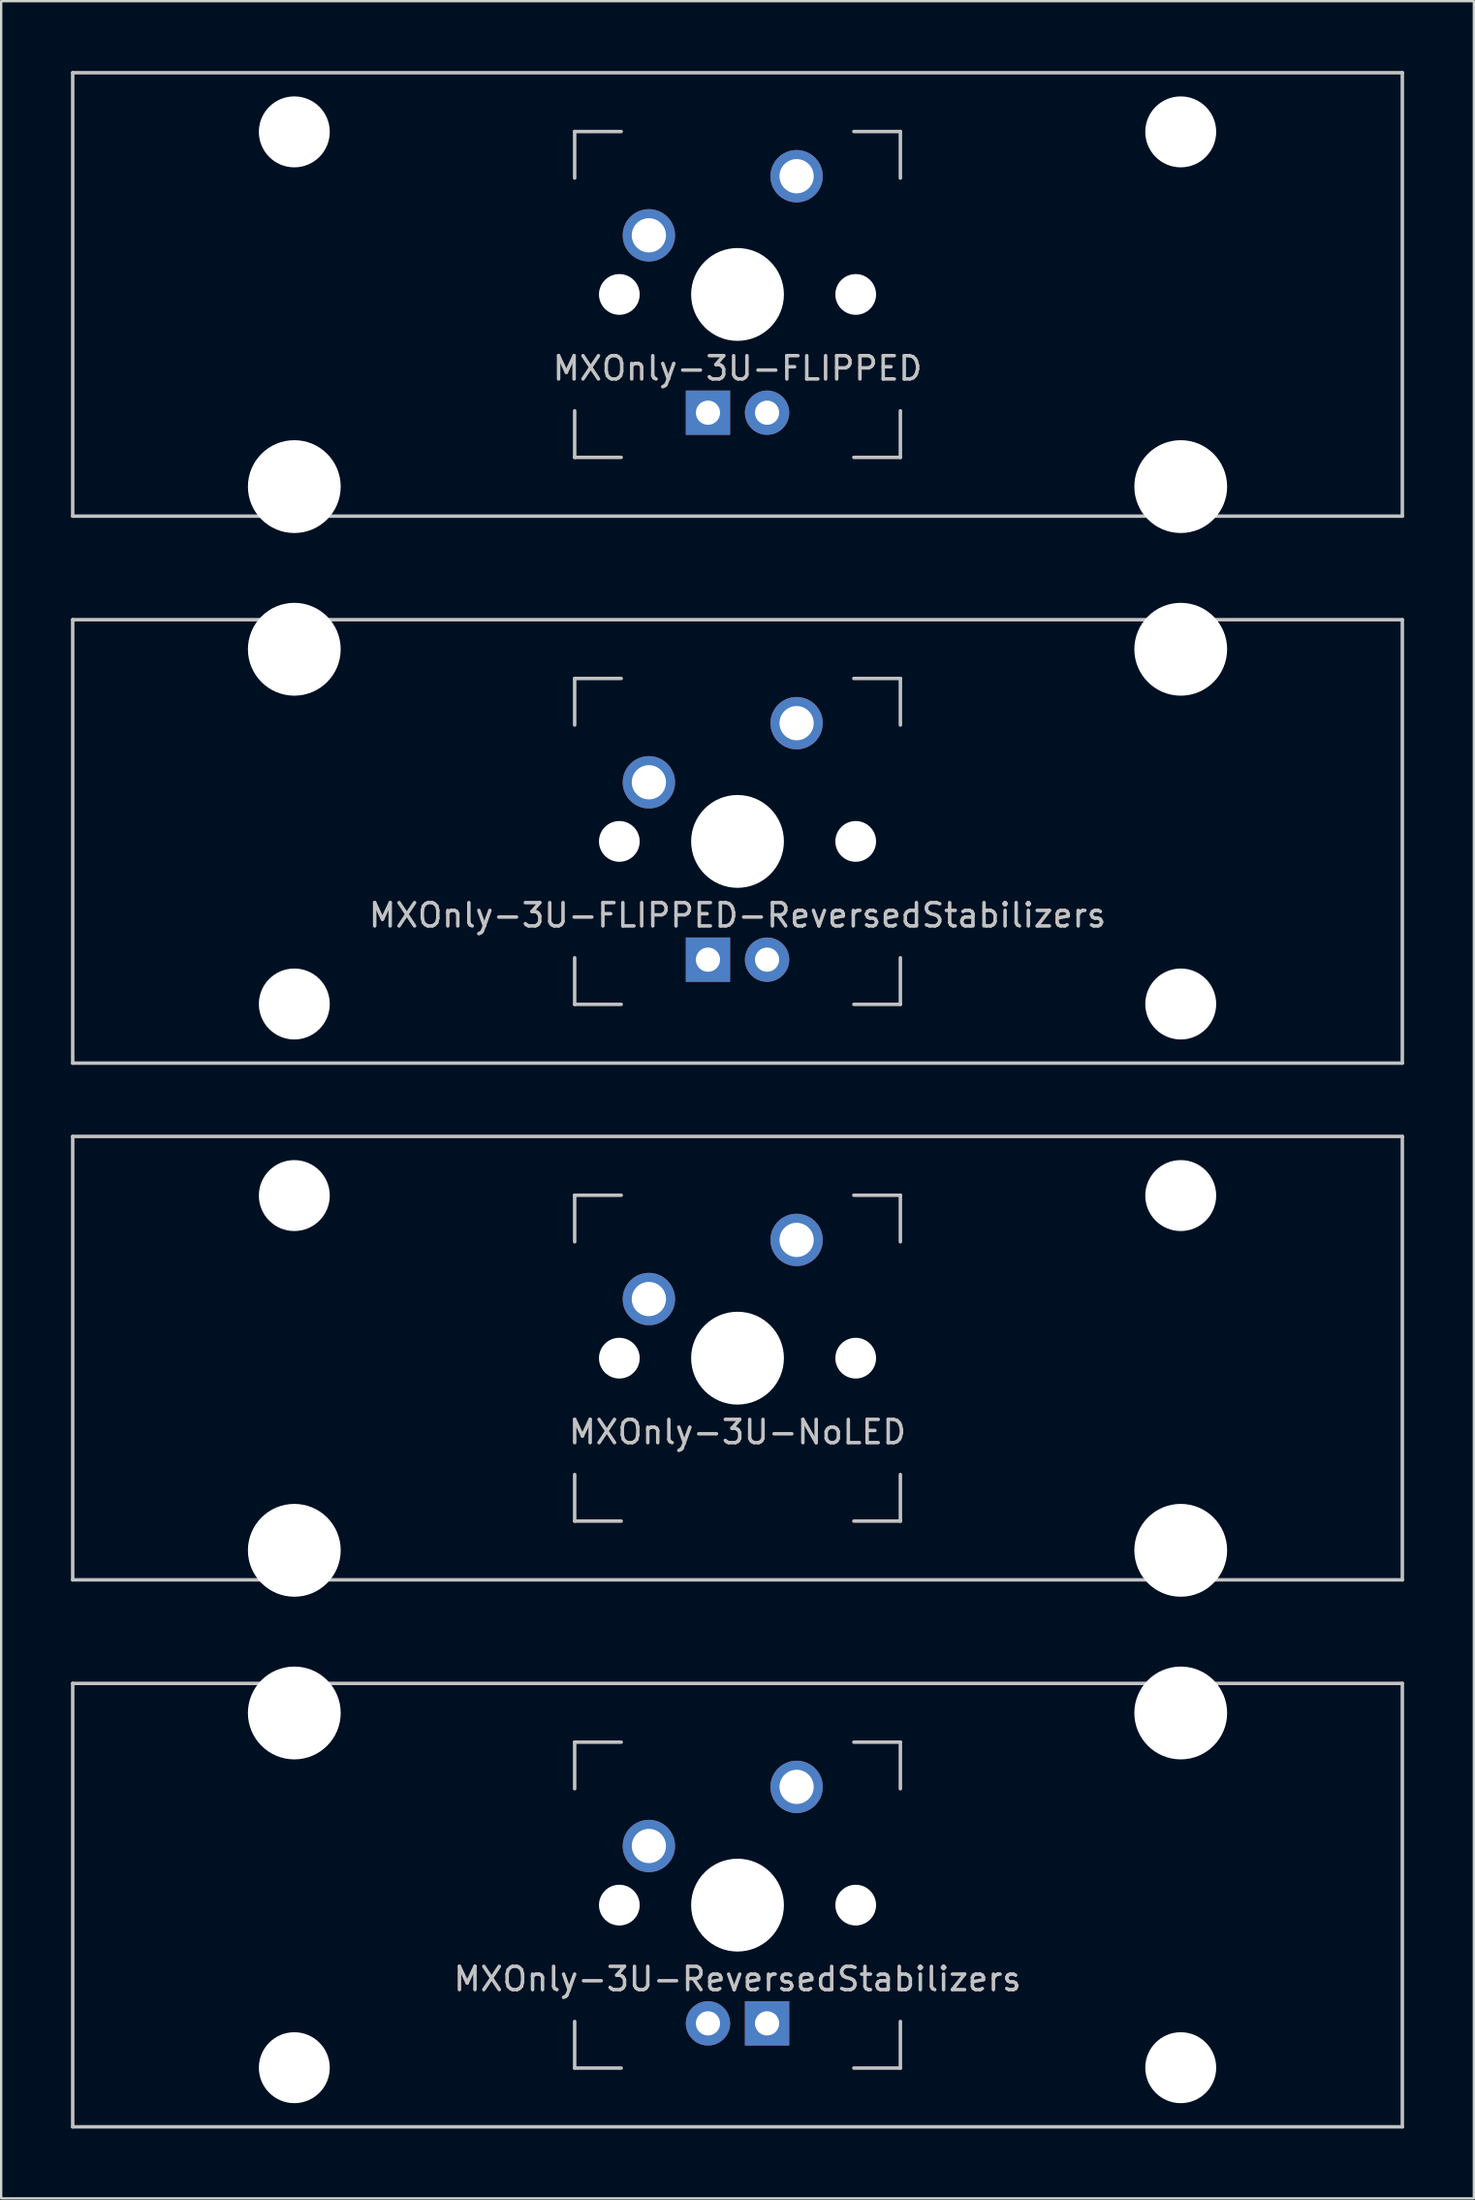
<source format=kicad_pcb>
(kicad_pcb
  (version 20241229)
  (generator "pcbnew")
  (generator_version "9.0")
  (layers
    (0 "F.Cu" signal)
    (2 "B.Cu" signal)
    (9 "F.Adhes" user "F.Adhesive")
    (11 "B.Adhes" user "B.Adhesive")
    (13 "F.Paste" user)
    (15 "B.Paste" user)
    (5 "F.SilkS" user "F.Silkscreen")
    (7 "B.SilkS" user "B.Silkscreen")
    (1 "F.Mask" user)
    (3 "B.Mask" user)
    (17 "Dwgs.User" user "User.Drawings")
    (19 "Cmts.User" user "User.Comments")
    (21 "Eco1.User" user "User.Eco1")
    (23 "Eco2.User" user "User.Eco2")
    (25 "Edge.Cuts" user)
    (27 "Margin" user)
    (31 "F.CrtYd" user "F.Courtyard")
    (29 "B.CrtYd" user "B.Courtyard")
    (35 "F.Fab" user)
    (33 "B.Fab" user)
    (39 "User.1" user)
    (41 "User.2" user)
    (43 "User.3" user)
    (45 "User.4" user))
  (footprint "MXOnly-3U-FLIPPED"
    (layer "F.Cu")
    (at 28.65 9.6)
    (property "Reference" "MXOnly-3U-FLIPPED" (at 0 3.175 0) (layer "Dwgs.User") (effects (font (size 1 1) (thickness 0.15))))
    (attr through_hole)
    (fp_line (start -28.575 -9.525) (end 28.575 -9.525) (stroke (width 0.15) (type solid)) (layer "Dwgs.User"))
    (fp_line (start -28.575 9.525) (end -28.575 -9.525) (stroke (width 0.15) (type solid)) (layer "Dwgs.User"))
    (fp_line (start -28.575 9.525) (end 28.575 9.525) (stroke (width 0.15) (type solid)) (layer "Dwgs.User"))
    (fp_line (start -7 -7) (end -7 -5) (stroke (width 0.15) (type solid)) (layer "Dwgs.User"))
    (fp_line (start -7 5) (end -7 7) (stroke (width 0.15) (type solid)) (layer "Dwgs.User"))
    (fp_line (start -7 7) (end -5 7) (stroke (width 0.15) (type solid)) (layer "Dwgs.User"))
    (fp_line (start -5 -7) (end -7 -7) (stroke (width 0.15) (type solid)) (layer "Dwgs.User"))
    (fp_line (start 5 -7) (end 7 -7) (stroke (width 0.15) (type solid)) (layer "Dwgs.User"))
    (fp_line (start 5 7) (end 7 7) (stroke (width 0.15) (type solid)) (layer "Dwgs.User"))
    (fp_line (start 7 -7) (end 7 -5) (stroke (width 0.15) (type solid)) (layer "Dwgs.User"))
    (fp_line (start 7 7) (end 7 5) (stroke (width 0.15) (type solid)) (layer "Dwgs.User"))
    (fp_line (start 28.575 -9.525) (end 28.575 9.525) (stroke (width 0.15) (type solid)) (layer "Dwgs.User"))
    (pad "" np_thru_hole circle (at -19.05 -6.985) (size 3.048 3.048) (drill 3.048) (layers "*.Cu" "*.Mask"))
    (pad "" np_thru_hole circle (at -19.05 8.255) (size 3.988 3.988) (drill 3.988) (layers "*.Cu" "*.Mask"))
    (pad "" np_thru_hole circle (at -5.08 0 48.1) (size 1.75 1.75) (drill 1.75) (layers "*.Cu" "*.Mask"))
    (pad "" np_thru_hole circle (at 0 0) (size 3.988 3.988) (drill 3.988) (layers "*.Cu" "*.Mask"))
    (pad "" np_thru_hole circle (at 5.08 0 48.1) (size 1.75 1.75) (drill 1.75) (layers "*.Cu" "*.Mask"))
    (pad "" np_thru_hole circle (at 19.05 -6.985) (size 3.048 3.048) (drill 3.048) (layers "*.Cu" "*.Mask"))
    (pad "" np_thru_hole circle (at 19.05 8.255) (size 3.988 3.988) (drill 3.988) (layers "*.Cu" "*.Mask"))
    (pad "1" thru_hole circle (at -3.81 -2.54 48.1) (size 2.25 2.25) (drill 1.47) (layers "*.Cu" "*.Mask"))
    (pad "2" thru_hole circle (at 2.54 -5.08) (size 2.25 2.25) (drill 1.47) (layers "*.Cu" "*.Mask"))
    (pad "3" thru_hole circle (at 1.27 5.08) (size 1.905 1.905) (drill 1.04) (layers "*.Cu" "*.Mask"))
    (pad "4" thru_hole rect (at -1.27 5.08) (size 1.905 1.905) (drill 1.04) (layers "*.Cu" "*.Mask")))
  (footprint "MXOnly-3U-NoLED"
    (layer "F.Cu")
    (at 28.65 55.298)
    (property "Reference" "MXOnly-3U-NoLED" (at 0 3.175 0) (layer "Dwgs.User") (effects (font (size 1 1) (thickness 0.15))))
    (attr through_hole)
    (fp_line (start -28.575 -9.525) (end 28.575 -9.525) (stroke (width 0.15) (type solid)) (layer "Dwgs.User"))
    (fp_line (start -28.575 9.525) (end -28.575 -9.525) (stroke (width 0.15) (type solid)) (layer "Dwgs.User"))
    (fp_line (start -28.575 9.525) (end 28.575 9.525) (stroke (width 0.15) (type solid)) (layer "Dwgs.User"))
    (fp_line (start -7 -7) (end -7 -5) (stroke (width 0.15) (type solid)) (layer "Dwgs.User"))
    (fp_line (start -7 5) (end -7 7) (stroke (width 0.15) (type solid)) (layer "Dwgs.User"))
    (fp_line (start -7 7) (end -5 7) (stroke (width 0.15) (type solid)) (layer "Dwgs.User"))
    (fp_line (start -5 -7) (end -7 -7) (stroke (width 0.15) (type solid)) (layer "Dwgs.User"))
    (fp_line (start 5 -7) (end 7 -7) (stroke (width 0.15) (type solid)) (layer "Dwgs.User"))
    (fp_line (start 5 7) (end 7 7) (stroke (width 0.15) (type solid)) (layer "Dwgs.User"))
    (fp_line (start 7 -7) (end 7 -5) (stroke (width 0.15) (type solid)) (layer "Dwgs.User"))
    (fp_line (start 7 7) (end 7 5) (stroke (width 0.15) (type solid)) (layer "Dwgs.User"))
    (fp_line (start 28.575 -9.525) (end 28.575 9.525) (stroke (width 0.15) (type solid)) (layer "Dwgs.User"))
    (pad "" np_thru_hole circle (at -19.05 -6.985) (size 3.048 3.048) (drill 3.048) (layers "*.Cu" "*.Mask"))
    (pad "" np_thru_hole circle (at -19.05 8.255) (size 3.988 3.988) (drill 3.988) (layers "*.Cu" "*.Mask"))
    (pad "" np_thru_hole circle (at -5.08 0 48.1) (size 1.75 1.75) (drill 1.75) (layers "*.Cu" "*.Mask"))
    (pad "" np_thru_hole circle (at 0 0) (size 3.988 3.988) (drill 3.988) (layers "*.Cu" "*.Mask"))
    (pad "" np_thru_hole circle (at 5.08 0 48.1) (size 1.75 1.75) (drill 1.75) (layers "*.Cu" "*.Mask"))
    (pad "" np_thru_hole circle (at 19.05 -6.985) (size 3.048 3.048) (drill 3.048) (layers "*.Cu" "*.Mask"))
    (pad "" np_thru_hole circle (at 19.05 8.255) (size 3.988 3.988) (drill 3.988) (layers "*.Cu" "*.Mask"))
    (pad "1" thru_hole circle (at -3.81 -2.54 48.1) (size 2.25 2.25) (drill 1.47) (layers "*.Cu" "*.Mask"))
    (pad "2" thru_hole circle (at 2.54 -5.08) (size 2.25 2.25) (drill 1.47) (layers "*.Cu" "*.Mask")))
  (footprint "MXOnly-3U-ReversedStabilizers"
    (layer "F.Cu")
    (at 28.65 78.796)
    (property "Reference" "MXOnly-3U-ReversedStabilizers" (at 0 3.175 0) (layer "Dwgs.User") (effects (font (size 1 1) (thickness 0.15))))
    (attr through_hole)
    (fp_line (start -28.575 -9.525) (end 28.575 -9.525) (stroke (width 0.15) (type solid)) (layer "Dwgs.User"))
    (fp_line (start -28.575 9.525) (end -28.575 -9.525) (stroke (width 0.15) (type solid)) (layer "Dwgs.User"))
    (fp_line (start -28.575 9.525) (end 28.575 9.525) (stroke (width 0.15) (type solid)) (layer "Dwgs.User"))
    (fp_line (start -7 -7) (end -7 -5) (stroke (width 0.15) (type solid)) (layer "Dwgs.User"))
    (fp_line (start -7 5) (end -7 7) (stroke (width 0.15) (type solid)) (layer "Dwgs.User"))
    (fp_line (start -7 7) (end -5 7) (stroke (width 0.15) (type solid)) (layer "Dwgs.User"))
    (fp_line (start -5 -7) (end -7 -7) (stroke (width 0.15) (type solid)) (layer "Dwgs.User"))
    (fp_line (start 5 -7) (end 7 -7) (stroke (width 0.15) (type solid)) (layer "Dwgs.User"))
    (fp_line (start 5 7) (end 7 7) (stroke (width 0.15) (type solid)) (layer "Dwgs.User"))
    (fp_line (start 7 -7) (end 7 -5) (stroke (width 0.15) (type solid)) (layer "Dwgs.User"))
    (fp_line (start 7 7) (end 7 5) (stroke (width 0.15) (type solid)) (layer "Dwgs.User"))
    (fp_line (start 28.575 -9.525) (end 28.575 9.525) (stroke (width 0.15) (type solid)) (layer "Dwgs.User"))
    (pad "" np_thru_hole circle (at -19.05 -8.255) (size 3.988 3.988) (drill 3.988) (layers "*.Cu" "*.Mask"))
    (pad "" np_thru_hole circle (at -19.05 6.985) (size 3.048 3.048) (drill 3.048) (layers "*.Cu" "*.Mask"))
    (pad "" np_thru_hole circle (at -5.08 0 48.1) (size 1.75 1.75) (drill 1.75) (layers "*.Cu" "*.Mask"))
    (pad "" np_thru_hole circle (at 0 0) (size 3.988 3.988) (drill 3.988) (layers "*.Cu" "*.Mask"))
    (pad "" np_thru_hole circle (at 5.08 0 48.1) (size 1.75 1.75) (drill 1.75) (layers "*.Cu" "*.Mask"))
    (pad "" np_thru_hole circle (at 19.05 -8.255) (size 3.988 3.988) (drill 3.988) (layers "*.Cu" "*.Mask"))
    (pad "" np_thru_hole circle (at 19.05 6.985) (size 3.048 3.048) (drill 3.048) (layers "*.Cu" "*.Mask"))
    (pad "1" thru_hole circle (at -3.81 -2.54 48.1) (size 2.25 2.25) (drill 1.47) (layers "*.Cu" "*.Mask"))
    (pad "2" thru_hole circle (at 2.54 -5.08) (size 2.25 2.25) (drill 1.47) (layers "*.Cu" "*.Mask"))
    (pad "3" thru_hole circle (at -1.27 5.08) (size 1.905 1.905) (drill 1.04) (layers "*.Cu" "*.Mask"))
    (pad "4" thru_hole rect (at 1.27 5.08) (size 1.905 1.905) (drill 1.04) (layers "*.Cu" "*.Mask")))
  (footprint "MXOnly-3U-FLIPPED-ReversedStabilizers"
    (layer "F.Cu")
    (at 28.65 33.098)
    (property "Reference" "MXOnly-3U-FLIPPED-ReversedStabilizers" (at 0 3.175 0) (layer "Dwgs.User") (effects (font (size 1 1) (thickness 0.15))))
    (attr through_hole)
    (fp_line (start -28.575 -9.525) (end 28.575 -9.525) (stroke (width 0.15) (type solid)) (layer "Dwgs.User"))
    (fp_line (start -28.575 9.525) (end -28.575 -9.525) (stroke (width 0.15) (type solid)) (layer "Dwgs.User"))
    (fp_line (start -28.575 9.525) (end 28.575 9.525) (stroke (width 0.15) (type solid)) (layer "Dwgs.User"))
    (fp_line (start -7 -7) (end -7 -5) (stroke (width 0.15) (type solid)) (layer "Dwgs.User"))
    (fp_line (start -7 5) (end -7 7) (stroke (width 0.15) (type solid)) (layer "Dwgs.User"))
    (fp_line (start -7 7) (end -5 7) (stroke (width 0.15) (type solid)) (layer "Dwgs.User"))
    (fp_line (start -5 -7) (end -7 -7) (stroke (width 0.15) (type solid)) (layer "Dwgs.User"))
    (fp_line (start 5 -7) (end 7 -7) (stroke (width 0.15) (type solid)) (layer "Dwgs.User"))
    (fp_line (start 5 7) (end 7 7) (stroke (width 0.15) (type solid)) (layer "Dwgs.User"))
    (fp_line (start 7 -7) (end 7 -5) (stroke (width 0.15) (type solid)) (layer "Dwgs.User"))
    (fp_line (start 7 7) (end 7 5) (stroke (width 0.15) (type solid)) (layer "Dwgs.User"))
    (fp_line (start 28.575 -9.525) (end 28.575 9.525) (stroke (width 0.15) (type solid)) (layer "Dwgs.User"))
    (pad "" np_thru_hole circle (at -19.05 -8.255) (size 3.988 3.988) (drill 3.988) (layers "*.Cu" "*.Mask"))
    (pad "" np_thru_hole circle (at -19.05 6.985) (size 3.048 3.048) (drill 3.048) (layers "*.Cu" "*.Mask"))
    (pad "" np_thru_hole circle (at -5.08 0 48.1) (size 1.75 1.75) (drill 1.75) (layers "*.Cu" "*.Mask"))
    (pad "" np_thru_hole circle (at 0 0) (size 3.988 3.988) (drill 3.988) (layers "*.Cu" "*.Mask"))
    (pad "" np_thru_hole circle (at 5.08 0 48.1) (size 1.75 1.75) (drill 1.75) (layers "*.Cu" "*.Mask"))
    (pad "" np_thru_hole circle (at 19.05 -8.255) (size 3.988 3.988) (drill 3.988) (layers "*.Cu" "*.Mask"))
    (pad "" np_thru_hole circle (at 19.05 6.985) (size 3.048 3.048) (drill 3.048) (layers "*.Cu" "*.Mask"))
    (pad "1" thru_hole circle (at -3.81 -2.54 48.1) (size 2.25 2.25) (drill 1.47) (layers "*.Cu" "*.Mask"))
    (pad "2" thru_hole circle (at 2.54 -5.08) (size 2.25 2.25) (drill 1.47) (layers "*.Cu" "*.Mask"))
    (pad "3" thru_hole circle (at 1.27 5.08) (size 1.905 1.905) (drill 1.04) (layers "*.Cu" "*.Mask"))
    (pad "4" thru_hole rect (at -1.27 5.08) (size 1.905 1.905) (drill 1.04) (layers "*.Cu" "*.Mask")))
  (gr_rect
    (start -3 -3)
    (end 60.3 91.396)
    (stroke (width 0.1) (type default))
    (fill no)
    (layer "Edge.Cuts")))
</source>
